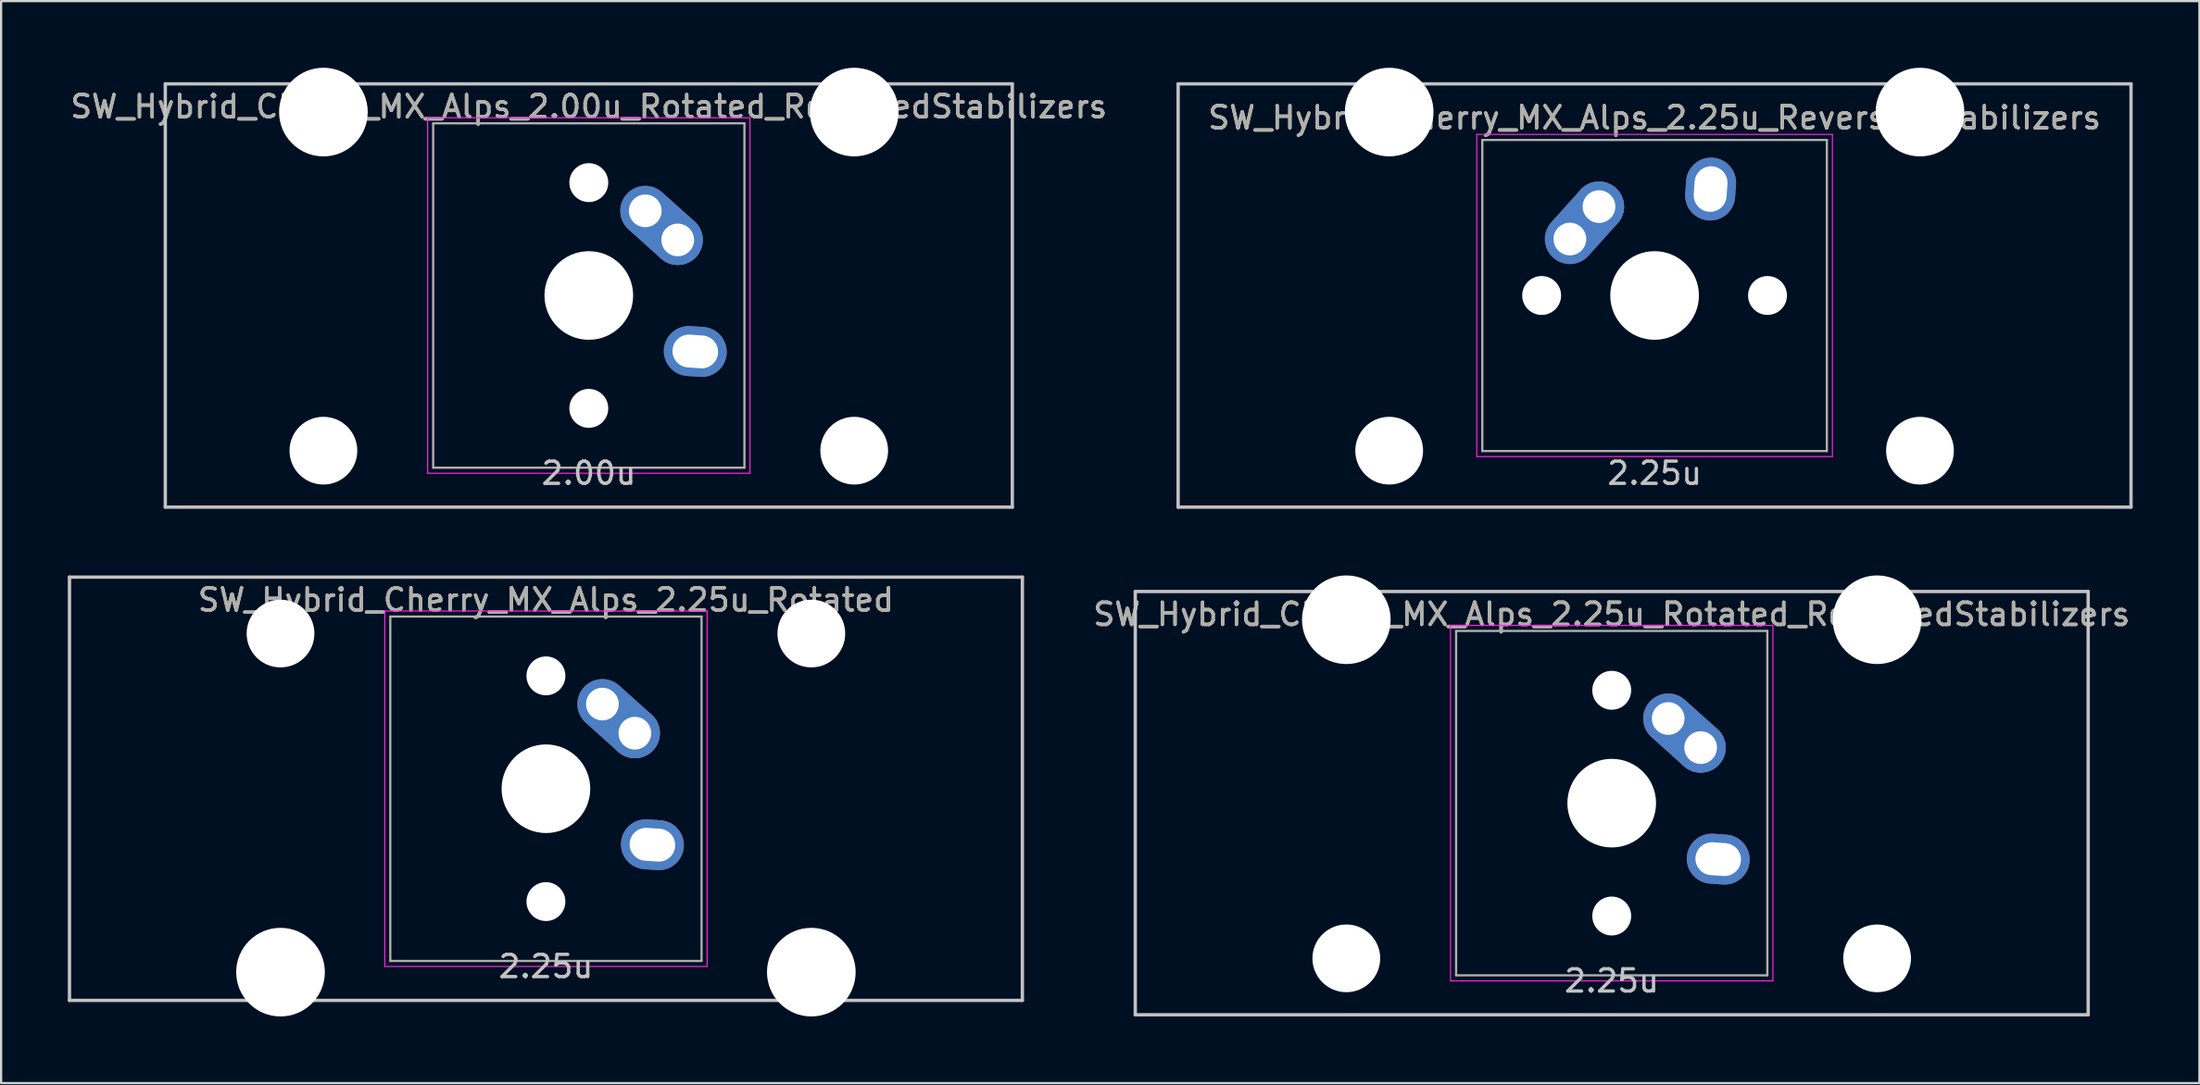
<source format=kicad_pcb>
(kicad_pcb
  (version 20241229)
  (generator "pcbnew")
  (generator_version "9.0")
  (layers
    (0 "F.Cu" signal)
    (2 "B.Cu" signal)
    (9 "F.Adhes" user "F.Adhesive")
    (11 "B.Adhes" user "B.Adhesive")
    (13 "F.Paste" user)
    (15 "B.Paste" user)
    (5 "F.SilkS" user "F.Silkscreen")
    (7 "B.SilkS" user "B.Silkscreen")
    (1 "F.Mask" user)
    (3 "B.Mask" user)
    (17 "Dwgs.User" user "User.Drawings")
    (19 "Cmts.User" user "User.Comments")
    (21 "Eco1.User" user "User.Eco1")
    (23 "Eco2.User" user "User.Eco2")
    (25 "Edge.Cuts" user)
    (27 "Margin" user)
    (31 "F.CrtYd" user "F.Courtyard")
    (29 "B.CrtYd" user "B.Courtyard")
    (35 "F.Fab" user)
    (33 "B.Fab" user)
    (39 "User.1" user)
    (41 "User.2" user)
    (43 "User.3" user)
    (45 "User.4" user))
  (footprint "SW_Hybrid_Cherry_MX_Alps_2.00u_Rotated_ReversedStabilizers"
    (layer "F.Cu")
    (at 23.435 10.249)
    (property "Reference" "SW_Hybrid_Cherry_MX_Alps_2.00u_Rotated_ReversedStabilizers" (at 0 -8.5 0) (layer "F.SilkS") (effects (font (size 1 1) (thickness 0.15))))
    (attr through_hole)
    (fp_line (start -19.05 -9.525) (end 19.05 -9.525) (stroke (width 0.15) (type solid)) (layer "Dwgs.User"))
    (fp_line (start -19.05 9.525) (end -19.05 -9.525) (stroke (width 0.15) (type solid)) (layer "Dwgs.User"))
    (fp_line (start -19.05 9.525) (end 19.05 9.525) (stroke (width 0.15) (type solid)) (layer "Dwgs.User"))
    (fp_line (start 19.05 -9.525) (end 19.05 9.525) (stroke (width 0.15) (type solid)) (layer "Dwgs.User"))
    (fp_line (start -7.25 -8) (end 7.25 -8) (stroke (width 0.05) (type solid)) (layer "F.CrtYd"))
    (fp_line (start -7.25 8) (end -7.25 -8) (stroke (width 0.05) (type solid)) (layer "F.CrtYd"))
    (fp_line (start 7.25 -8) (end 7.25 8) (stroke (width 0.05) (type solid)) (layer "F.CrtYd"))
    (fp_line (start 7.25 8) (end -7.25 8) (stroke (width 0.05) (type solid)) (layer "F.CrtYd"))
    (fp_line (start -7 -7.75) (end 7 -7.75) (stroke (width 0.1) (type solid)) (layer "F.Fab"))
    (fp_line (start -7 7.75) (end -7 -7.75) (stroke (width 0.1) (type solid)) (layer "F.Fab"))
    (fp_line (start 7 -7.75) (end 7 7.75) (stroke (width 0.1) (type solid)) (layer "F.Fab"))
    (fp_line (start 7 7.75) (end -7 7.75) (stroke (width 0.1) (type solid)) (layer "F.Fab"))
    (fp_text user "2.00u" (at 0 8 0) (layer "Dwgs.User") (effects (font (size 1 1) (thickness 0.15))))
    (fp_text user "${REFERENCE}" (at 0 -8.5 0) (layer "F.Fab") (effects (font (size 1 1) (thickness 0.15))))
    (pad "" np_thru_hole circle (at -11.938 -8.255) (size 3.988 3.988) (drill 3.988) (layers "*.Cu" "*.Mask"))
    (pad "" np_thru_hole circle (at -11.938 6.985) (size 3.048 3.048) (drill 3.048) (layers "*.Cu" "*.Mask"))
    (pad "" np_thru_hole circle (at 0 -5.08 318.1) (size 1.75 1.75) (drill 1.75) (layers "*.Cu" "*.Mask"))
    (pad "" np_thru_hole circle (at 0 0 270) (size 3.988 3.988) (drill 3.988) (layers "*.Cu" "*.Mask"))
    (pad "" np_thru_hole circle (at 0 5.08 318.1) (size 1.75 1.75) (drill 1.75) (layers "*.Cu" "*.Mask"))
    (pad "" np_thru_hole circle (at 11.938 -8.255) (size 3.988 3.988) (drill 3.988) (layers "*.Cu" "*.Mask"))
    (pad "" np_thru_hole circle (at 11.938 6.985) (size 3.048 3.048) (drill 3.048) (layers "*.Cu" "*.Mask"))
    (pad "1" thru_hole oval (at 2.54 -3.81 318.1) (size 4.212 2.25) (drill 1.47 (offset 0.981 0)) (layers "*.Cu" "B.Mask"))
    (pad "1" thru_hole circle (at 4 -2.5 270) (size 2.25 2.25) (drill 1.47) (layers "*.Cu" "B.Mask"))
    (pad "2" thru_hole oval (at 4.79 2.52 356) (size 2.831 2.25) (drill oval 2.051 1.48) (layers "*.Cu" "B.Mask")))
  (footprint "SW_Hybrid_Cherry_MX_Alps_2.25u_Rotated_ReversedStabilizers"
    (layer "F.Cu")
    (at 69.447 33.098)
    (property "Reference" "SW_Hybrid_Cherry_MX_Alps_2.25u_Rotated_ReversedStabilizers" (at 0 -8.5 0) (layer "F.SilkS") (effects (font (size 1 1) (thickness 0.15))))
    (attr through_hole)
    (fp_line (start -21.431 -9.525) (end 21.431 -9.525) (stroke (width 0.15) (type solid)) (layer "Dwgs.User"))
    (fp_line (start -21.431 9.525) (end -21.431 -9.525) (stroke (width 0.15) (type solid)) (layer "Dwgs.User"))
    (fp_line (start -21.431 9.525) (end 21.431 9.525) (stroke (width 0.15) (type solid)) (layer "Dwgs.User"))
    (fp_line (start 21.431 -9.525) (end 21.431 9.525) (stroke (width 0.15) (type solid)) (layer "Dwgs.User"))
    (fp_line (start -7.25 -8) (end 7.25 -8) (stroke (width 0.05) (type solid)) (layer "F.CrtYd"))
    (fp_line (start -7.25 8) (end -7.25 -8) (stroke (width 0.05) (type solid)) (layer "F.CrtYd"))
    (fp_line (start 7.25 -8) (end 7.25 8) (stroke (width 0.05) (type solid)) (layer "F.CrtYd"))
    (fp_line (start 7.25 8) (end -7.25 8) (stroke (width 0.05) (type solid)) (layer "F.CrtYd"))
    (fp_line (start -7 -7.75) (end 7 -7.75) (stroke (width 0.1) (type solid)) (layer "F.Fab"))
    (fp_line (start -7 7.75) (end -7 -7.75) (stroke (width 0.1) (type solid)) (layer "F.Fab"))
    (fp_line (start 7 -7.75) (end 7 7.75) (stroke (width 0.1) (type solid)) (layer "F.Fab"))
    (fp_line (start 7 7.75) (end -7 7.75) (stroke (width 0.1) (type solid)) (layer "F.Fab"))
    (fp_text user "2.25u" (at 0 8 0) (layer "Dwgs.User") (effects (font (size 1 1) (thickness 0.15))))
    (fp_text user "${REFERENCE}" (at 0 -8.5 0) (layer "F.Fab") (effects (font (size 1 1) (thickness 0.15))))
    (pad "" np_thru_hole circle (at -11.938 -8.255) (size 3.988 3.988) (drill 3.988) (layers "*.Cu" "*.Mask"))
    (pad "" np_thru_hole circle (at -11.938 6.985) (size 3.048 3.048) (drill 3.048) (layers "*.Cu" "*.Mask"))
    (pad "" np_thru_hole circle (at 0 -5.08 318.1) (size 1.75 1.75) (drill 1.75) (layers "*.Cu" "*.Mask"))
    (pad "" np_thru_hole circle (at 0 0 270) (size 3.988 3.988) (drill 3.988) (layers "*.Cu" "*.Mask"))
    (pad "" np_thru_hole circle (at 0 5.08 318.1) (size 1.75 1.75) (drill 1.75) (layers "*.Cu" "*.Mask"))
    (pad "" np_thru_hole circle (at 11.938 -8.255) (size 3.988 3.988) (drill 3.988) (layers "*.Cu" "*.Mask"))
    (pad "" np_thru_hole circle (at 11.938 6.985) (size 3.048 3.048) (drill 3.048) (layers "*.Cu" "*.Mask"))
    (pad "1" thru_hole oval (at 2.54 -3.81 318.1) (size 4.212 2.25) (drill 1.47 (offset 0.981 0)) (layers "*.Cu" "B.Mask"))
    (pad "1" thru_hole circle (at 4 -2.5 270) (size 2.25 2.25) (drill 1.47) (layers "*.Cu" "B.Mask"))
    (pad "2" thru_hole oval (at 4.79 2.52 356) (size 2.831 2.25) (drill oval 2.051 1.48) (layers "*.Cu" "B.Mask")))
  (footprint "SW_Hybrid_Cherry_MX_Alps_2.25u_ReversedStabilizers"
    (layer "F.Cu")
    (at 71.375 10.249)
    (property "Reference" "SW_Hybrid_Cherry_MX_Alps_2.25u_ReversedStabilizers" (at 0 -8 0) (layer "F.SilkS") (effects (font (size 1 1) (thickness 0.15))))
    (attr through_hole)
    (fp_line (start -21.431 -9.525) (end 21.431 -9.525) (stroke (width 0.15) (type solid)) (layer "Dwgs.User"))
    (fp_line (start -21.431 9.525) (end -21.431 -9.525) (stroke (width 0.15) (type solid)) (layer "Dwgs.User"))
    (fp_line (start -21.431 9.525) (end 21.431 9.525) (stroke (width 0.15) (type solid)) (layer "Dwgs.User"))
    (fp_line (start 21.431 -9.525) (end 21.431 9.525) (stroke (width 0.15) (type solid)) (layer "Dwgs.User"))
    (fp_line (start -8 -7.25) (end 8 -7.25) (stroke (width 0.05) (type solid)) (layer "F.CrtYd"))
    (fp_line (start -8 7.25) (end -8 -7.25) (stroke (width 0.05) (type solid)) (layer "F.CrtYd"))
    (fp_line (start 8 -7.25) (end 8 7.25) (stroke (width 0.05) (type solid)) (layer "F.CrtYd"))
    (fp_line (start 8 7.25) (end -8 7.25) (stroke (width 0.05) (type solid)) (layer "F.CrtYd"))
    (fp_line (start -7.75 -7) (end 7.75 -7) (stroke (width 0.1) (type solid)) (layer "F.Fab"))
    (fp_line (start -7.75 7) (end -7.75 -7) (stroke (width 0.1) (type solid)) (layer "F.Fab"))
    (fp_line (start 7.75 -7) (end 7.75 7) (stroke (width 0.1) (type solid)) (layer "F.Fab"))
    (fp_line (start 7.75 7) (end -7.75 7) (stroke (width 0.1) (type solid)) (layer "F.Fab"))
    (fp_text user "2.25u" (at 0 8 0) (layer "Dwgs.User") (effects (font (size 1 1) (thickness 0.15))))
    (fp_text user "${REFERENCE}" (at 0 -8 0) (layer "F.Fab") (effects (font (size 1 1) (thickness 0.15))))
    (pad "" np_thru_hole circle (at -11.938 -8.255) (size 3.988 3.988) (drill 3.988) (layers "*.Cu" "*.Mask"))
    (pad "" np_thru_hole circle (at -11.938 6.985) (size 3.048 3.048) (drill 3.048) (layers "*.Cu" "*.Mask"))
    (pad "" np_thru_hole circle (at -5.08 0 48.1) (size 1.75 1.75) (drill 1.75) (layers "*.Cu" "*.Mask"))
    (pad "" np_thru_hole circle (at 0 0) (size 3.988 3.988) (drill 3.988) (layers "*.Cu" "*.Mask"))
    (pad "" np_thru_hole circle (at 5.08 0 48.1) (size 1.75 1.75) (drill 1.75) (layers "*.Cu" "*.Mask"))
    (pad "" np_thru_hole circle (at 11.938 -8.255) (size 3.988 3.988) (drill 3.988) (layers "*.Cu" "*.Mask"))
    (pad "" np_thru_hole circle (at 11.938 6.985) (size 3.048 3.048) (drill 3.048) (layers "*.Cu" "*.Mask"))
    (pad "1" thru_hole oval (at -3.81 -2.54 48.1) (size 4.212 2.25) (drill 1.47 (offset 0.981 0)) (layers "*.Cu" "B.Mask"))
    (pad "1" thru_hole circle (at -2.5 -4) (size 2.25 2.25) (drill 1.47) (layers "*.Cu" "B.Mask"))
    (pad "2" thru_hole oval (at 2.52 -4.79 86) (size 2.831 2.25) (drill oval 2.051 1.48) (layers "*.Cu" "B.Mask")))
  (footprint "SW_Hybrid_Cherry_MX_Alps_2.25u_Rotated"
    (layer "F.Cu")
    (at 21.506 32.449)
    (property "Reference" "SW_Hybrid_Cherry_MX_Alps_2.25u_Rotated" (at 0 -8.5 0) (layer "F.SilkS") (effects (font (size 1 1) (thickness 0.15))))
    (attr through_hole)
    (fp_line (start -21.431 -9.525) (end 21.431 -9.525) (stroke (width 0.15) (type solid)) (layer "Dwgs.User"))
    (fp_line (start -21.431 9.525) (end -21.431 -9.525) (stroke (width 0.15) (type solid)) (layer "Dwgs.User"))
    (fp_line (start -21.431 9.525) (end 21.431 9.525) (stroke (width 0.15) (type solid)) (layer "Dwgs.User"))
    (fp_line (start 21.431 -9.525) (end 21.431 9.525) (stroke (width 0.15) (type solid)) (layer "Dwgs.User"))
    (fp_line (start -7.25 -8) (end 7.25 -8) (stroke (width 0.05) (type solid)) (layer "F.CrtYd"))
    (fp_line (start -7.25 8) (end -7.25 -8) (stroke (width 0.05) (type solid)) (layer "F.CrtYd"))
    (fp_line (start 7.25 -8) (end 7.25 8) (stroke (width 0.05) (type solid)) (layer "F.CrtYd"))
    (fp_line (start 7.25 8) (end -7.25 8) (stroke (width 0.05) (type solid)) (layer "F.CrtYd"))
    (fp_line (start -7 -7.75) (end 7 -7.75) (stroke (width 0.1) (type solid)) (layer "F.Fab"))
    (fp_line (start -7 7.75) (end -7 -7.75) (stroke (width 0.1) (type solid)) (layer "F.Fab"))
    (fp_line (start 7 -7.75) (end 7 7.75) (stroke (width 0.1) (type solid)) (layer "F.Fab"))
    (fp_line (start 7 7.75) (end -7 7.75) (stroke (width 0.1) (type solid)) (layer "F.Fab"))
    (fp_text user "2.25u" (at 0 8 0) (layer "Dwgs.User") (effects (font (size 1 1) (thickness 0.15))))
    (fp_text user "${REFERENCE}" (at 0 -8.5 0) (layer "F.Fab") (effects (font (size 1 1) (thickness 0.15))))
    (pad "" np_thru_hole circle (at -11.938 -6.985) (size 3.048 3.048) (drill 3.048) (layers "*.Cu" "*.Mask"))
    (pad "" np_thru_hole circle (at -11.938 8.255) (size 3.988 3.988) (drill 3.988) (layers "*.Cu" "*.Mask"))
    (pad "" np_thru_hole circle (at 0 -5.08 318.1) (size 1.75 1.75) (drill 1.75) (layers "*.Cu" "*.Mask"))
    (pad "" np_thru_hole circle (at 0 0 270) (size 3.988 3.988) (drill 3.988) (layers "*.Cu" "*.Mask"))
    (pad "" np_thru_hole circle (at 0 5.08 318.1) (size 1.75 1.75) (drill 1.75) (layers "*.Cu" "*.Mask"))
    (pad "" np_thru_hole circle (at 11.938 -6.985) (size 3.048 3.048) (drill 3.048) (layers "*.Cu" "*.Mask"))
    (pad "" np_thru_hole circle (at 11.938 8.255) (size 3.988 3.988) (drill 3.988) (layers "*.Cu" "*.Mask"))
    (pad "1" thru_hole oval (at 2.54 -3.81 318.1) (size 4.212 2.25) (drill 1.47 (offset 0.981 0)) (layers "*.Cu" "B.Mask"))
    (pad "1" thru_hole circle (at 4 -2.5 270) (size 2.25 2.25) (drill 1.47) (layers "*.Cu" "B.Mask"))
    (pad "2" thru_hole oval (at 4.79 2.52 356) (size 2.831 2.25) (drill oval 2.051 1.48) (layers "*.Cu" "B.Mask")))
  (gr_rect
    (start -3 -3)
    (end 95.882 45.698)
    (stroke (width 0.1) (type default))
    (fill no)
    (layer "Edge.Cuts")))
</source>
